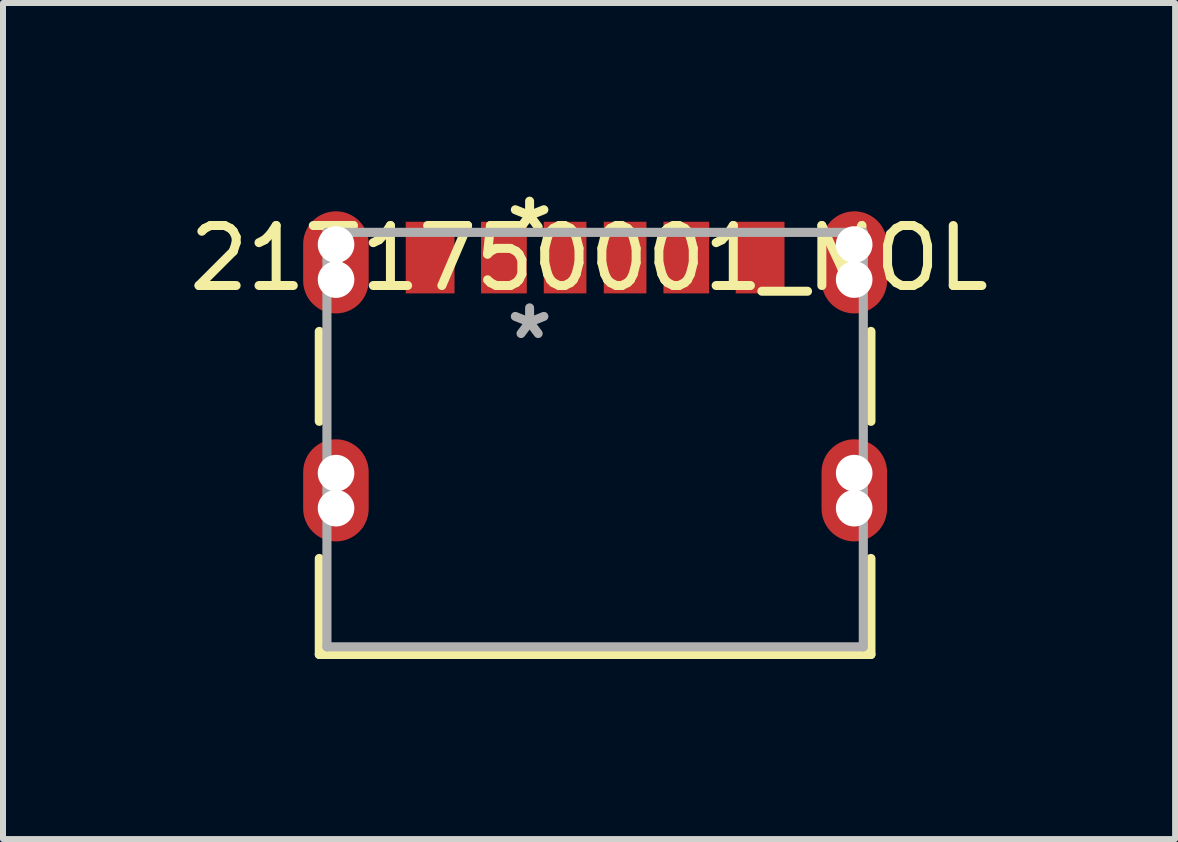
<source format=kicad_pcb>
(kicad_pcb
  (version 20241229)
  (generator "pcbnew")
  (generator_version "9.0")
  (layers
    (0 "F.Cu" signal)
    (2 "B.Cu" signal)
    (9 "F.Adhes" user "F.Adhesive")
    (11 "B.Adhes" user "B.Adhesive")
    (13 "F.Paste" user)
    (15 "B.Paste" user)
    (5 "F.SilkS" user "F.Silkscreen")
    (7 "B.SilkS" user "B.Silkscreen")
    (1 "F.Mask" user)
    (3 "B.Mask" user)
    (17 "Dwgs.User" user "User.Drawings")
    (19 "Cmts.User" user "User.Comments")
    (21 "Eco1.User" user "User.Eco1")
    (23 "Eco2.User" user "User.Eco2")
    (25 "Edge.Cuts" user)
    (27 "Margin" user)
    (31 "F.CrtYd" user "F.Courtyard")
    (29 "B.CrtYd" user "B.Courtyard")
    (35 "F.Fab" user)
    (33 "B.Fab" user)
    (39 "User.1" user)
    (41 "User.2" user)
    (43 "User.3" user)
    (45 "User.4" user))
  (footprint "2171750001_MOL"
    (layer "F.Cu")
    (at 6.869 4.277)
    (property "Reference" "2171750001_MOL" (at -0.102 -3.023 0) (layer "F.SilkS") (effects (font (size 1 1) (thickness 0.15))))
    (attr smd)
    (fp_line (start -4.597 -1.803) (end -4.597 -0.305) (stroke (width 0.152) (type solid)) (layer "F.SilkS"))
    (fp_line (start -4.597 1.981) (end -4.597 3.581) (stroke (width 0.152) (type solid)) (layer "F.SilkS"))
    (fp_line (start -4.597 3.581) (end 4.597 3.581) (stroke (width 0.152) (type solid)) (layer "F.SilkS"))
    (fp_line (start 4.597 -0.305) (end 4.597 -1.803) (stroke (width 0.152) (type solid)) (layer "F.SilkS"))
    (fp_line (start 4.597 3.581) (end 4.597 1.981) (stroke (width 0.152) (type solid)) (layer "F.SilkS"))
    (fp_line (start -4.318 -2.667) (end -4.318 -3.251) (stroke (width 0.01) (type solid)) (layer "Edge.Cuts"))
    (fp_line (start -4.318 1.143) (end -4.318 0.559) (stroke (width 0.01) (type solid)) (layer "Edge.Cuts"))
    (fp_line (start 4.318 -2.667) (end 4.318 -3.251) (stroke (width 0.01) (type solid)) (layer "Edge.Cuts"))
    (fp_line (start 4.318 1.143) (end 4.318 0.559) (stroke (width 0.01) (type solid)) (layer "Edge.Cuts"))
    (fp_line (start -4.47 -3.454) (end -4.47 3.454) (stroke (width 0.152) (type solid)) (layer "F.Fab"))
    (fp_line (start -4.47 3.454) (end 4.47 3.454) (stroke (width 0.152) (type solid)) (layer "F.Fab"))
    (fp_line (start 4.47 -3.454) (end -4.47 -3.454) (stroke (width 0.152) (type solid)) (layer "F.Fab"))
    (fp_line (start 4.47 3.454) (end 4.47 -3.454) (stroke (width 0.152) (type solid)) (layer "F.Fab"))
    (fp_text user "*" (at -1.092 -3.429 0) (layer "F.SilkS") (effects (font (size 1 1) (thickness 0.15))))
    (fp_text user "*" (at -1.092 -1.651 0) (layer "F.Fab") (effects (font (size 1 1) (thickness 0.15))))
    (pad "" np_thru_hole circle (at -4.318 -3.251) (size 0.61 0.61) (drill 0.61) (layers "*.Cu" "*.Mask"))
    (pad "" np_thru_hole circle (at -4.318 -2.667) (size 0.61 0.61) (drill 0.61) (layers "*.Cu" "*.Mask"))
    (pad "" np_thru_hole circle (at -4.318 0.559) (size 0.61 0.61) (drill 0.61) (layers "*.Cu" "*.Mask"))
    (pad "" np_thru_hole circle (at -4.318 1.143) (size 0.61 0.61) (drill 0.61) (layers "*.Cu" "*.Mask"))
    (pad "" np_thru_hole circle (at 4.318 -3.251) (size 0.61 0.61) (drill 0.61) (layers "*.Cu" "*.Mask"))
    (pad "" np_thru_hole circle (at 4.318 -2.667) (size 0.61 0.61) (drill 0.61) (layers "*.Cu" "*.Mask"))
    (pad "" np_thru_hole circle (at 4.318 0.559) (size 0.61 0.61) (drill 0.61) (layers "*.Cu" "*.Mask"))
    (pad "" np_thru_hole circle (at 4.318 1.143) (size 0.61 0.61) (drill 0.61) (layers "*.Cu" "*.Mask"))
    (pad "7" smd oval (at -4.32 -2.954) (size 1.092 1.702) (layers "F.Cu" "F.Mask" "F.Paste"))
    (pad "8" smd oval (at 4.32 -2.954) (size 1.092 1.702) (layers "F.Cu" "F.Mask" "F.Paste"))
    (pad "9" smd oval (at -4.32 0.846) (size 1.092 1.702) (layers "F.Cu" "F.Mask" "F.Paste"))
    (pad "10" smd oval (at 4.32 0.846) (size 1.092 1.702) (layers "F.Cu" "F.Mask" "F.Paste"))
    (pad "A5" smd rect (at -0.5 -3.034) (size 0.711 1.194) (layers "F.Cu" "F.Mask" "F.Paste"))
    (pad "A9" smd rect (at 1.52 -3.034) (size 0.762 1.194) (layers "F.Cu" "F.Mask" "F.Paste"))
    (pad "A12" smd rect (at 2.75 -3.034) (size 0.813 1.194) (layers "F.Cu" "F.Mask" "F.Paste"))
    (pad "B5" smd rect (at 0.5 -3.034) (size 0.711 1.194) (layers "F.Cu" "F.Mask" "F.Paste"))
    (pad "B9" smd rect (at -1.52 -3.034) (size 0.762 1.194) (layers "F.Cu" "F.Mask" "F.Paste"))
    (pad "B12" smd rect (at -2.75 -3.034) (size 0.813 1.194) (layers "F.Cu" "F.Mask" "F.Paste")))
  (gr_rect
    (start -3 -3)
    (end 16.536 10.935)
    (stroke (width 0.1) (type default))
    (fill no)
    (layer "Edge.Cuts")))
</source>
